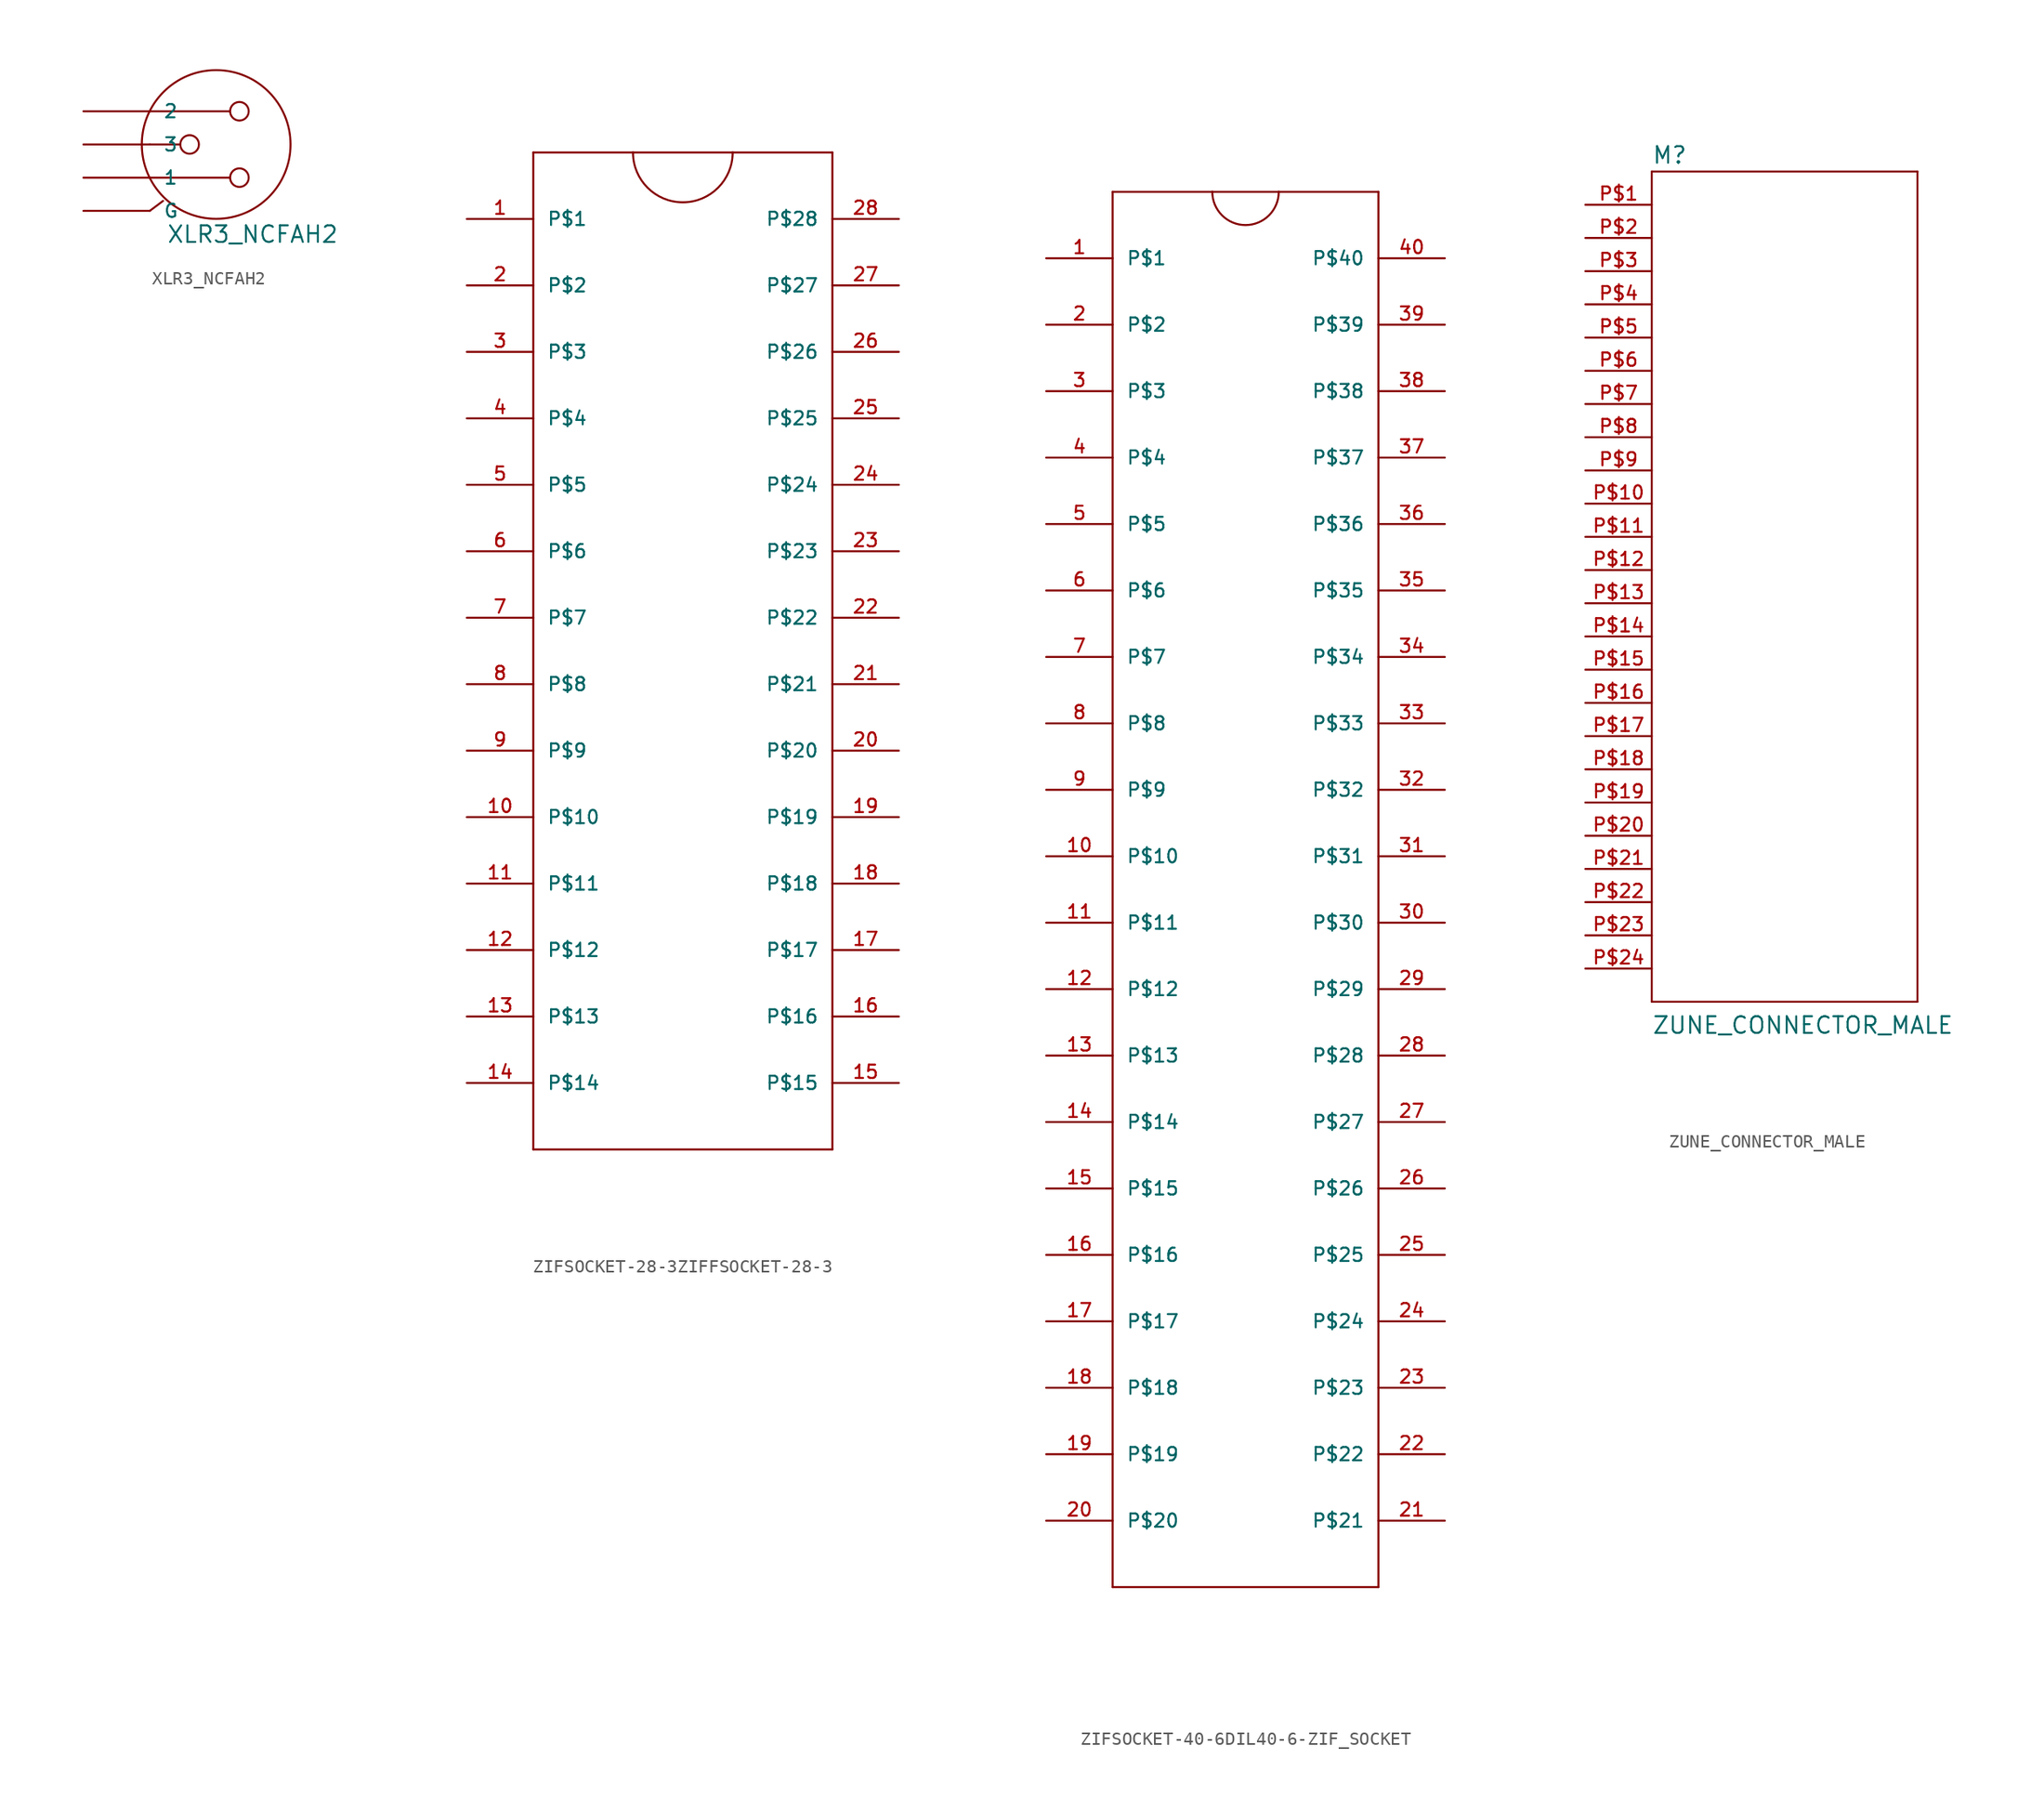
<source format=kicad_sym>
(kicad_symbol_lib
  (version 20211014)
  (generator kicad_symbol_editor)
  (symbol "XLR3_NCFAH2"
    (pin_numbers hide)
    (pin_names
      (offset 1.016))
    (property "Reference" "XLR"
      (at 0 0 0)
      (effects (font (size 1.27 1.27)) (justify left bottom) hide))
    (property "Value" "XLR3_NCFAH2"
      (at -3.81 -7.62 0)
      (effects (font (size 1.27 1.27)) (justify left bottom)))
    (property "Datasheet" ""
      (at 0 0 0)
      (effects (font (size 1.524 1.524))))
    (property "ki_locked" ""
      (at 0 0 0)
      (effects (font (size 1.27 1.27))))
    (symbol "XLR3_NCFAH2_1_0"
      (polyline (pts (xy -5.08 -5.08) (xy -4.064 -4.318)) (stroke (width 0) (type default) (color 0 0 0 0)) (fill (type none)))
      (polyline (pts (xy -5.08 -2.54) (xy 1.016 -2.54)) (stroke (width 0) (type default) (color 0 0 0 0)) (fill (type none)))
      (polyline (pts (xy -5.08 0) (xy -2.794 0)) (stroke (width 0) (type default) (color 0 0 0 0)) (fill (type none)))
      (polyline (pts (xy -5.08 2.54) (xy 1.016 2.54)) (stroke (width 0) (type default) (color 0 0 0 0)) (fill (type none))))
    (symbol "XLR3_NCFAH2_1_1"
      (circle (center -2.032 0) (radius 0.711) (stroke (width 0) (type default) (color 0 0 0 0)) (fill (type none)))
      (circle (center 0 0) (radius 5.69) (stroke (width 0) (type default) (color 0 0 0 0)) (fill (type none)))
      (circle (center 1.778 -2.54) (radius 0.711) (stroke (width 0) (type default) (color 0 0 0 0)) (fill (type none)))
      (circle (center 1.778 2.54) (radius 0.711) (stroke (width 0) (type default) (color 0 0 0 0)) (fill (type none)))
      (pin bidirectional line (at -10.16 -2.54 0) (length 5.08) (name "1" (effects (font (size 1.016 1.016)))) (number "1" (effects (font (size 1.016 1.016)))))
      (pin bidirectional line (at -10.16 2.54 0) (length 5.08) (name "2" (effects (font (size 1.016 1.016)))) (number "2" (effects (font (size 1.016 1.016)))))
      (pin bidirectional line (at -10.16 0 0) (length 5.08) (name "3" (effects (font (size 1.016 1.016)))) (number "3" (effects (font (size 1.016 1.016)))))
      (pin bidirectional line (at -10.16 -5.08 0) (length 5.08) (name "G" (effects (font (size 1.016 1.016)))) (number "G" (effects (font (size 1.016 1.016)))))))
  (symbol "ZIFSOCKET-28-3ZIFFSOCKET-28-3"
    (pin_names
      (offset 1.016))
    (property "Reference" "M"
      (at 0 0 0)
      (effects (font (size 1.27 1.27)) hide))
    (property "Datasheet" ""
      (at 0 0 0)
      (effects (font (size 1.524 1.524))))
    (property "ki_locked" ""
      (at 0 0 0)
      (effects (font (size 1.27 1.27))))
    (symbol "ZIFSOCKET-28-3ZIFFSOCKET-28-3_1_0"
      (polyline (pts (xy 0 0) (xy 22.86 0)) (stroke (width 0) (type default) (color 0 0 0 0)) (fill (type none)))
      (polyline (pts (xy 0 76.2) (xy 0 0)) (stroke (width 0) (type default) (color 0 0 0 0)) (fill (type none)))
      (polyline (pts (xy 7.62 76.2) (xy 0 76.2)) (stroke (width 0) (type default) (color 0 0 0 0)) (fill (type none)))
      (polyline (pts (xy 15.24 76.2) (xy 7.62 76.2)) (stroke (width 0) (type default) (color 0 0 0 0)) (fill (type none)))
      (polyline (pts (xy 22.86 0) (xy 22.86 76.2)) (stroke (width 0) (type default) (color 0 0 0 0)) (fill (type none)))
      (polyline (pts (xy 22.86 76.2) (xy 15.24 76.2)) (stroke (width 0) (type default) (color 0 0 0 0)) (fill (type none))))
    (symbol "ZIFSOCKET-28-3ZIFFSOCKET-28-3_1_1"
      (arc (start 7.62 76.2) (mid 11.43 72.39) (end 15.24 76.2) (stroke (width 0) (type default) (color 0 0 0 0)) (fill (type none)))
      (pin bidirectional line (at -5.08 71.12 0) (length 5.08) (name "P$1" (effects (font (size 1.016 1.016)))) (number "1" (effects (font (size 1.016 1.016)))))
      (pin bidirectional line (at -5.08 25.4 0) (length 5.08) (name "P$10" (effects (font (size 1.016 1.016)))) (number "10" (effects (font (size 1.016 1.016)))))
      (pin bidirectional line (at -5.08 20.32 0) (length 5.08) (name "P$11" (effects (font (size 1.016 1.016)))) (number "11" (effects (font (size 1.016 1.016)))))
      (pin bidirectional line (at -5.08 15.24 0) (length 5.08) (name "P$12" (effects (font (size 1.016 1.016)))) (number "12" (effects (font (size 1.016 1.016)))))
      (pin bidirectional line (at -5.08 10.16 0) (length 5.08) (name "P$13" (effects (font (size 1.016 1.016)))) (number "13" (effects (font (size 1.016 1.016)))))
      (pin bidirectional line (at -5.08 5.08 0) (length 5.08) (name "P$14" (effects (font (size 1.016 1.016)))) (number "14" (effects (font (size 1.016 1.016)))))
      (pin bidirectional line (at 27.94 5.08 180) (length 5.08) (name "P$15" (effects (font (size 1.016 1.016)))) (number "15" (effects (font (size 1.016 1.016)))))
      (pin bidirectional line (at 27.94 10.16 180) (length 5.08) (name "P$16" (effects (font (size 1.016 1.016)))) (number "16" (effects (font (size 1.016 1.016)))))
      (pin bidirectional line (at 27.94 15.24 180) (length 5.08) (name "P$17" (effects (font (size 1.016 1.016)))) (number "17" (effects (font (size 1.016 1.016)))))
      (pin bidirectional line (at 27.94 20.32 180) (length 5.08) (name "P$18" (effects (font (size 1.016 1.016)))) (number "18" (effects (font (size 1.016 1.016)))))
      (pin bidirectional line (at 27.94 25.4 180) (length 5.08) (name "P$19" (effects (font (size 1.016 1.016)))) (number "19" (effects (font (size 1.016 1.016)))))
      (pin bidirectional line (at -5.08 66.04 0) (length 5.08) (name "P$2" (effects (font (size 1.016 1.016)))) (number "2" (effects (font (size 1.016 1.016)))))
      (pin bidirectional line (at 27.94 30.48 180) (length 5.08) (name "P$20" (effects (font (size 1.016 1.016)))) (number "20" (effects (font (size 1.016 1.016)))))
      (pin bidirectional line (at 27.94 35.56 180) (length 5.08) (name "P$21" (effects (font (size 1.016 1.016)))) (number "21" (effects (font (size 1.016 1.016)))))
      (pin bidirectional line (at 27.94 40.64 180) (length 5.08) (name "P$22" (effects (font (size 1.016 1.016)))) (number "22" (effects (font (size 1.016 1.016)))))
      (pin bidirectional line (at 27.94 45.72 180) (length 5.08) (name "P$23" (effects (font (size 1.016 1.016)))) (number "23" (effects (font (size 1.016 1.016)))))
      (pin bidirectional line (at 27.94 50.8 180) (length 5.08) (name "P$24" (effects (font (size 1.016 1.016)))) (number "24" (effects (font (size 1.016 1.016)))))
      (pin bidirectional line (at 27.94 55.88 180) (length 5.08) (name "P$25" (effects (font (size 1.016 1.016)))) (number "25" (effects (font (size 1.016 1.016)))))
      (pin bidirectional line (at 27.94 60.96 180) (length 5.08) (name "P$26" (effects (font (size 1.016 1.016)))) (number "26" (effects (font (size 1.016 1.016)))))
      (pin bidirectional line (at 27.94 66.04 180) (length 5.08) (name "P$27" (effects (font (size 1.016 1.016)))) (number "27" (effects (font (size 1.016 1.016)))))
      (pin bidirectional line (at 27.94 71.12 180) (length 5.08) (name "P$28" (effects (font (size 1.016 1.016)))) (number "28" (effects (font (size 1.016 1.016)))))
      (pin bidirectional line (at -5.08 60.96 0) (length 5.08) (name "P$3" (effects (font (size 1.016 1.016)))) (number "3" (effects (font (size 1.016 1.016)))))
      (pin bidirectional line (at -5.08 55.88 0) (length 5.08) (name "P$4" (effects (font (size 1.016 1.016)))) (number "4" (effects (font (size 1.016 1.016)))))
      (pin bidirectional line (at -5.08 50.8 0) (length 5.08) (name "P$5" (effects (font (size 1.016 1.016)))) (number "5" (effects (font (size 1.016 1.016)))))
      (pin bidirectional line (at -5.08 45.72 0) (length 5.08) (name "P$6" (effects (font (size 1.016 1.016)))) (number "6" (effects (font (size 1.016 1.016)))))
      (pin bidirectional line (at -5.08 40.64 0) (length 5.08) (name "P$7" (effects (font (size 1.016 1.016)))) (number "7" (effects (font (size 1.016 1.016)))))
      (pin bidirectional line (at -5.08 35.56 0) (length 5.08) (name "P$8" (effects (font (size 1.016 1.016)))) (number "8" (effects (font (size 1.016 1.016)))))
      (pin bidirectional line (at -5.08 30.48 0) (length 5.08) (name "P$9" (effects (font (size 1.016 1.016)))) (number "9" (effects (font (size 1.016 1.016)))))))
  (symbol "ZIFSOCKET-40-6DIL40-6-ZIF_SOCKET"
    (pin_names
      (offset 1.016))
    (property "Reference" "M"
      (at 0 0 0)
      (effects (font (size 1.27 1.27)) hide))
    (property "Datasheet" ""
      (at 0 0 0)
      (effects (font (size 1.524 1.524))))
    (property "ki_locked" ""
      (at 0 0 0)
      (effects (font (size 1.27 1.27))))
    (symbol "ZIFSOCKET-40-6DIL40-6-ZIF_SOCKET_1_0"
      (polyline (pts (xy -10.16 -50.8) (xy 10.16 -50.8)) (stroke (width 0) (type default) (color 0 0 0 0)) (fill (type none)))
      (polyline (pts (xy -10.16 55.88) (xy -10.16 -50.8)) (stroke (width 0) (type default) (color 0 0 0 0)) (fill (type none)))
      (polyline (pts (xy -2.54 55.88) (xy -10.16 55.88)) (stroke (width 0) (type default) (color 0 0 0 0)) (fill (type none)))
      (polyline (pts (xy 2.54 55.88) (xy -2.54 55.88)) (stroke (width 0) (type default) (color 0 0 0 0)) (fill (type none)))
      (polyline (pts (xy 10.16 -50.8) (xy 10.16 55.88)) (stroke (width 0) (type default) (color 0 0 0 0)) (fill (type none)))
      (polyline (pts (xy 10.16 55.88) (xy 2.54 55.88)) (stroke (width 0) (type default) (color 0 0 0 0)) (fill (type none))))
    (symbol "ZIFSOCKET-40-6DIL40-6-ZIF_SOCKET_1_1"
      (arc (start -2.54 55.88) (mid 0 53.34) (end 2.54 55.88) (stroke (width 0) (type default) (color 0 0 0 0)) (fill (type none)))
      (pin bidirectional line (at -15.24 50.8 0) (length 5.08) (name "P$1" (effects (font (size 1.016 1.016)))) (number "1" (effects (font (size 1.016 1.016)))))
      (pin bidirectional line (at -15.24 5.08 0) (length 5.08) (name "P$10" (effects (font (size 1.016 1.016)))) (number "10" (effects (font (size 1.016 1.016)))))
      (pin bidirectional line (at -15.24 0 0) (length 5.08) (name "P$11" (effects (font (size 1.016 1.016)))) (number "11" (effects (font (size 1.016 1.016)))))
      (pin bidirectional line (at -15.24 -5.08 0) (length 5.08) (name "P$12" (effects (font (size 1.016 1.016)))) (number "12" (effects (font (size 1.016 1.016)))))
      (pin bidirectional line (at -15.24 -10.16 0) (length 5.08) (name "P$13" (effects (font (size 1.016 1.016)))) (number "13" (effects (font (size 1.016 1.016)))))
      (pin bidirectional line (at -15.24 -15.24 0) (length 5.08) (name "P$14" (effects (font (size 1.016 1.016)))) (number "14" (effects (font (size 1.016 1.016)))))
      (pin bidirectional line (at -15.24 -20.32 0) (length 5.08) (name "P$15" (effects (font (size 1.016 1.016)))) (number "15" (effects (font (size 1.016 1.016)))))
      (pin bidirectional line (at -15.24 -25.4 0) (length 5.08) (name "P$16" (effects (font (size 1.016 1.016)))) (number "16" (effects (font (size 1.016 1.016)))))
      (pin bidirectional line (at -15.24 -30.48 0) (length 5.08) (name "P$17" (effects (font (size 1.016 1.016)))) (number "17" (effects (font (size 1.016 1.016)))))
      (pin bidirectional line (at -15.24 -35.56 0) (length 5.08) (name "P$18" (effects (font (size 1.016 1.016)))) (number "18" (effects (font (size 1.016 1.016)))))
      (pin bidirectional line (at -15.24 -40.64 0) (length 5.08) (name "P$19" (effects (font (size 1.016 1.016)))) (number "19" (effects (font (size 1.016 1.016)))))
      (pin bidirectional line (at -15.24 45.72 0) (length 5.08) (name "P$2" (effects (font (size 1.016 1.016)))) (number "2" (effects (font (size 1.016 1.016)))))
      (pin bidirectional line (at -15.24 -45.72 0) (length 5.08) (name "P$20" (effects (font (size 1.016 1.016)))) (number "20" (effects (font (size 1.016 1.016)))))
      (pin bidirectional line (at 15.24 -45.72 180) (length 5.08) (name "P$21" (effects (font (size 1.016 1.016)))) (number "21" (effects (font (size 1.016 1.016)))))
      (pin bidirectional line (at 15.24 -40.64 180) (length 5.08) (name "P$22" (effects (font (size 1.016 1.016)))) (number "22" (effects (font (size 1.016 1.016)))))
      (pin bidirectional line (at 15.24 -35.56 180) (length 5.08) (name "P$23" (effects (font (size 1.016 1.016)))) (number "23" (effects (font (size 1.016 1.016)))))
      (pin bidirectional line (at 15.24 -30.48 180) (length 5.08) (name "P$24" (effects (font (size 1.016 1.016)))) (number "24" (effects (font (size 1.016 1.016)))))
      (pin bidirectional line (at 15.24 -25.4 180) (length 5.08) (name "P$25" (effects (font (size 1.016 1.016)))) (number "25" (effects (font (size 1.016 1.016)))))
      (pin bidirectional line (at 15.24 -20.32 180) (length 5.08) (name "P$26" (effects (font (size 1.016 1.016)))) (number "26" (effects (font (size 1.016 1.016)))))
      (pin bidirectional line (at 15.24 -15.24 180) (length 5.08) (name "P$27" (effects (font (size 1.016 1.016)))) (number "27" (effects (font (size 1.016 1.016)))))
      (pin bidirectional line (at 15.24 -10.16 180) (length 5.08) (name "P$28" (effects (font (size 1.016 1.016)))) (number "28" (effects (font (size 1.016 1.016)))))
      (pin bidirectional line (at 15.24 -5.08 180) (length 5.08) (name "P$29" (effects (font (size 1.016 1.016)))) (number "29" (effects (font (size 1.016 1.016)))))
      (pin bidirectional line (at -15.24 40.64 0) (length 5.08) (name "P$3" (effects (font (size 1.016 1.016)))) (number "3" (effects (font (size 1.016 1.016)))))
      (pin bidirectional line (at 15.24 0 180) (length 5.08) (name "P$30" (effects (font (size 1.016 1.016)))) (number "30" (effects (font (size 1.016 1.016)))))
      (pin bidirectional line (at 15.24 5.08 180) (length 5.08) (name "P$31" (effects (font (size 1.016 1.016)))) (number "31" (effects (font (size 1.016 1.016)))))
      (pin bidirectional line (at 15.24 10.16 180) (length 5.08) (name "P$32" (effects (font (size 1.016 1.016)))) (number "32" (effects (font (size 1.016 1.016)))))
      (pin bidirectional line (at 15.24 15.24 180) (length 5.08) (name "P$33" (effects (font (size 1.016 1.016)))) (number "33" (effects (font (size 1.016 1.016)))))
      (pin bidirectional line (at 15.24 20.32 180) (length 5.08) (name "P$34" (effects (font (size 1.016 1.016)))) (number "34" (effects (font (size 1.016 1.016)))))
      (pin bidirectional line (at 15.24 25.4 180) (length 5.08) (name "P$35" (effects (font (size 1.016 1.016)))) (number "35" (effects (font (size 1.016 1.016)))))
      (pin bidirectional line (at 15.24 30.48 180) (length 5.08) (name "P$36" (effects (font (size 1.016 1.016)))) (number "36" (effects (font (size 1.016 1.016)))))
      (pin bidirectional line (at 15.24 35.56 180) (length 5.08) (name "P$37" (effects (font (size 1.016 1.016)))) (number "37" (effects (font (size 1.016 1.016)))))
      (pin bidirectional line (at 15.24 40.64 180) (length 5.08) (name "P$38" (effects (font (size 1.016 1.016)))) (number "38" (effects (font (size 1.016 1.016)))))
      (pin bidirectional line (at 15.24 45.72 180) (length 5.08) (name "P$39" (effects (font (size 1.016 1.016)))) (number "39" (effects (font (size 1.016 1.016)))))
      (pin bidirectional line (at -15.24 35.56 0) (length 5.08) (name "P$4" (effects (font (size 1.016 1.016)))) (number "4" (effects (font (size 1.016 1.016)))))
      (pin bidirectional line (at 15.24 50.8 180) (length 5.08) (name "P$40" (effects (font (size 1.016 1.016)))) (number "40" (effects (font (size 1.016 1.016)))))
      (pin bidirectional line (at -15.24 30.48 0) (length 5.08) (name "P$5" (effects (font (size 1.016 1.016)))) (number "5" (effects (font (size 1.016 1.016)))))
      (pin bidirectional line (at -15.24 25.4 0) (length 5.08) (name "P$6" (effects (font (size 1.016 1.016)))) (number "6" (effects (font (size 1.016 1.016)))))
      (pin bidirectional line (at -15.24 20.32 0) (length 5.08) (name "P$7" (effects (font (size 1.016 1.016)))) (number "7" (effects (font (size 1.016 1.016)))))
      (pin bidirectional line (at -15.24 15.24 0) (length 5.08) (name "P$8" (effects (font (size 1.016 1.016)))) (number "8" (effects (font (size 1.016 1.016)))))
      (pin bidirectional line (at -15.24 10.16 0) (length 5.08) (name "P$9" (effects (font (size 1.016 1.016)))) (number "9" (effects (font (size 1.016 1.016)))))))
  (symbol "ZUNE_CONNECTOR_MALE"
    (pin_names
      (offset 1.016) hide)
    (property "Reference" "M"
      (at -10.16 30.988 0)
      (effects (font (size 1.27 1.27)) (justify left bottom)))
    (property "Value" "ZUNE_CONNECTOR_MALE"
      (at -10.16 -35.56 0)
      (effects (font (size 1.27 1.27)) (justify left bottom)))
    (property "Datasheet" ""
      (at 0 0 0)
      (effects (font (size 1.524 1.524))))
    (property "ki_locked" ""
      (at 0 0 0)
      (effects (font (size 1.27 1.27))))
    (symbol "ZUNE_CONNECTOR_MALE_1_0"
      (polyline (pts (xy -10.16 -33.02) (xy -10.16 30.48)) (stroke (width 0) (type default) (color 0 0 0 0)) (fill (type none)))
      (polyline (pts (xy -10.16 30.48) (xy 10.16 30.48)) (stroke (width 0) (type default) (color 0 0 0 0)) (fill (type none)))
      (polyline (pts (xy 10.16 -33.02) (xy -10.16 -33.02)) (stroke (width 0) (type default) (color 0 0 0 0)) (fill (type none)))
      (polyline (pts (xy 10.16 30.48) (xy 10.16 -33.02)) (stroke (width 0) (type default) (color 0 0 0 0)) (fill (type none))))
    (symbol "ZUNE_CONNECTOR_MALE_1_1"
      (pin bidirectional line (at -15.24 27.94 0) (length 5.08) (name "USB_5V" (effects (font (size 1.016 1.016)))) (number "P$1" (effects (font (size 1.016 1.016)))))
      (pin bidirectional line (at -15.24 5.08 0) (length 5.08) (name "10" (effects (font (size 1.016 1.016)))) (number "P$10" (effects (font (size 1.016 1.016)))))
      (pin bidirectional line (at -15.24 2.54 0) (length 5.08) (name "11" (effects (font (size 1.016 1.016)))) (number "P$11" (effects (font (size 1.016 1.016)))))
      (pin bidirectional line (at -15.24 0 0) (length 5.08) (name "12" (effects (font (size 1.016 1.016)))) (number "P$12" (effects (font (size 1.016 1.016)))))
      (pin bidirectional line (at -15.24 -2.54 0) (length 5.08) (name "AUDIO_L" (effects (font (size 1.016 1.016)))) (number "P$13" (effects (font (size 1.016 1.016)))))
      (pin bidirectional line (at -15.24 -5.08 0) (length 5.08) (name "AUDIO_R" (effects (font (size 1.016 1.016)))) (number "P$14" (effects (font (size 1.016 1.016)))))
      (pin bidirectional line (at -15.24 -7.62 0) (length 5.08) (name "15" (effects (font (size 1.016 1.016)))) (number "P$15" (effects (font (size 1.016 1.016)))))
      (pin bidirectional line (at -15.24 -10.16 0) (length 5.08) (name "16" (effects (font (size 1.016 1.016)))) (number "P$16" (effects (font (size 1.016 1.016)))))
      (pin bidirectional line (at -15.24 -12.7 0) (length 5.08) (name "17" (effects (font (size 1.016 1.016)))) (number "P$17" (effects (font (size 1.016 1.016)))))
      (pin bidirectional line (at -15.24 -15.24 0) (length 5.08) (name "18" (effects (font (size 1.016 1.016)))) (number "P$18" (effects (font (size 1.016 1.016)))))
      (pin bidirectional line (at -15.24 -17.78 0) (length 5.08) (name "GND" (effects (font (size 1.016 1.016)))) (number "P$19" (effects (font (size 1.016 1.016)))))
      (pin bidirectional line (at -15.24 25.4 0) (length 5.08) (name "USB_5V" (effects (font (size 1.016 1.016)))) (number "P$2" (effects (font (size 1.016 1.016)))))
      (pin bidirectional line (at -15.24 -20.32 0) (length 5.08) (name "USB_DATA-" (effects (font (size 1.016 1.016)))) (number "P$20" (effects (font (size 1.016 1.016)))))
      (pin bidirectional line (at -15.24 -22.86 0) (length 5.08) (name "USB_DATA+" (effects (font (size 1.016 1.016)))) (number "P$21" (effects (font (size 1.016 1.016)))))
      (pin bidirectional line (at -15.24 -25.4 0) (length 5.08) (name "GND" (effects (font (size 1.016 1.016)))) (number "P$22" (effects (font (size 1.016 1.016)))))
      (pin bidirectional line (at -15.24 -27.94 0) (length 5.08) (name "GND" (effects (font (size 1.016 1.016)))) (number "P$23" (effects (font (size 1.016 1.016)))))
      (pin bidirectional line (at -15.24 -30.48 0) (length 5.08) (name "GND" (effects (font (size 1.016 1.016)))) (number "P$24" (effects (font (size 1.016 1.016)))))
      (pin bidirectional line (at -15.24 22.86 0) (length 5.08) (name "USB_5V" (effects (font (size 1.016 1.016)))) (number "P$3" (effects (font (size 1.016 1.016)))))
      (pin bidirectional line (at -15.24 20.32 0) (length 5.08) (name "4" (effects (font (size 1.016 1.016)))) (number "P$4" (effects (font (size 1.016 1.016)))))
      (pin bidirectional line (at -15.24 17.78 0) (length 5.08) (name "5" (effects (font (size 1.016 1.016)))) (number "P$5" (effects (font (size 1.016 1.016)))))
      (pin bidirectional line (at -15.24 15.24 0) (length 5.08) (name "6" (effects (font (size 1.016 1.016)))) (number "P$6" (effects (font (size 1.016 1.016)))))
      (pin bidirectional line (at -15.24 12.7 0) (length 5.08) (name "7" (effects (font (size 1.016 1.016)))) (number "P$7" (effects (font (size 1.016 1.016)))))
      (pin bidirectional line (at -15.24 10.16 0) (length 5.08) (name "8" (effects (font (size 1.016 1.016)))) (number "P$8" (effects (font (size 1.016 1.016)))))
      (pin bidirectional line (at -15.24 7.62 0) (length 5.08) (name "VIDEO+" (effects (font (size 1.016 1.016)))) (number "P$9" (effects (font (size 1.016 1.016))))))))
</source>
